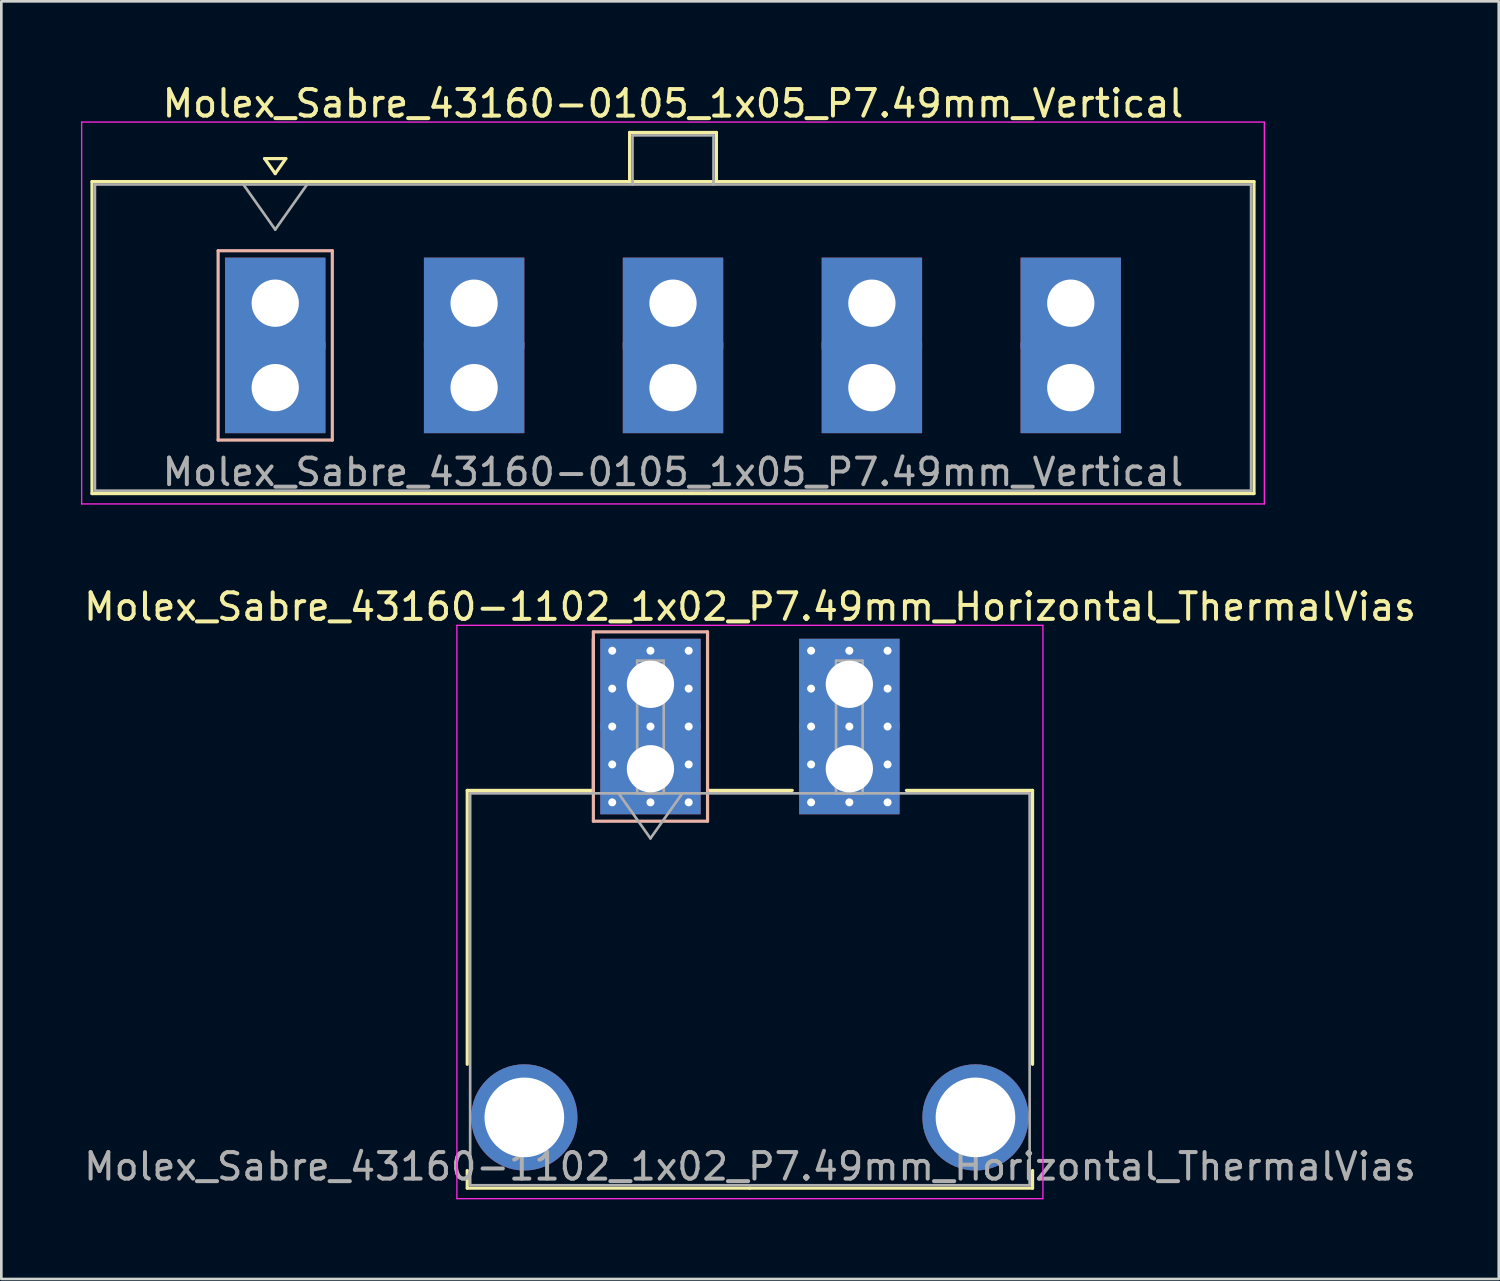
<source format=kicad_pcb>
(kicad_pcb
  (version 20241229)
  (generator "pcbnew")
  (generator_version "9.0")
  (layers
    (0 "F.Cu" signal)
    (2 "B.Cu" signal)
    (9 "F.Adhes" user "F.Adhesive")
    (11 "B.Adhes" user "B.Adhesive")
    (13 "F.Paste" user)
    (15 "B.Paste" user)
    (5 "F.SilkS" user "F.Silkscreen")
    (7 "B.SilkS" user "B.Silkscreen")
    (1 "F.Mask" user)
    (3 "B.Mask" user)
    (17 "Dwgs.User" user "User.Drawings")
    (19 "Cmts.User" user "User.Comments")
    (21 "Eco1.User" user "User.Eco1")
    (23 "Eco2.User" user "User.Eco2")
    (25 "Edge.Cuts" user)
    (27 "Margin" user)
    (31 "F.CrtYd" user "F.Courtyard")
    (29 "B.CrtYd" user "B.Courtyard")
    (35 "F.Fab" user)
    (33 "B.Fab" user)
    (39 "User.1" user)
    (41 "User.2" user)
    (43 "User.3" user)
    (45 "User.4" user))
  (footprint "Molex_Sabre_43160-0105_1x05_P7.49mm_Vertical"
    (layer "F.Cu")
    (at 7.315 11.548)
    (property "Reference" "Molex_Sabre_43160-0105_1x05_P7.49mm_Vertical" (at 14.98 -10.7 0) (layer "F.SilkS") (effects (font (size 1 1) (thickness 0.15))))
    (attr through_hole)
    (fp_line (start -6.9 -7.76) (end -6.9 3.99) (stroke (width 0.12) (type solid)) (layer "F.SilkS"))
    (fp_line (start -6.9 3.99) (end 36.86 3.99) (stroke (width 0.12) (type solid)) (layer "F.SilkS"))
    (fp_line (start -0.4 -8.626) (end 0 -8.06) (stroke (width 0.12) (type solid)) (layer "F.SilkS"))
    (fp_line (start 0 -8.06) (end 0.4 -8.626) (stroke (width 0.12) (type solid)) (layer "F.SilkS"))
    (fp_line (start 0.4 -8.626) (end -0.4 -8.626) (stroke (width 0.12) (type solid)) (layer "F.SilkS"))
    (fp_line (start 13.345 -9.61) (end 16.615 -9.61) (stroke (width 0.12) (type solid)) (layer "F.SilkS"))
    (fp_line (start 13.345 -7.76) (end 13.345 -9.61) (stroke (width 0.12) (type solid)) (layer "F.SilkS"))
    (fp_line (start 16.615 -9.61) (end 16.615 -7.76) (stroke (width 0.12) (type solid)) (layer "F.SilkS"))
    (fp_line (start 36.86 -7.76) (end -6.9 -7.76) (stroke (width 0.12) (type solid)) (layer "F.SilkS"))
    (fp_line (start 36.86 3.99) (end 36.86 -7.76) (stroke (width 0.12) (type solid)) (layer "F.SilkS"))
    (fp_line (start -2.15 -5.155) (end -2.15 1.975) (stroke (width 0.12) (type solid)) (layer "B.SilkS"))
    (fp_line (start -2.15 1.975) (end 2.15 1.975) (stroke (width 0.12) (type solid)) (layer "B.SilkS"))
    (fp_line (start 2.15 -5.155) (end -2.15 -5.155) (stroke (width 0.12) (type solid)) (layer "B.SilkS"))
    (fp_line (start 2.15 1.975) (end 2.15 -5.155) (stroke (width 0.12) (type solid)) (layer "B.SilkS"))
    (fp_line (start -7.29 -10) (end -7.29 4.38) (stroke (width 0.05) (type solid)) (layer "F.CrtYd"))
    (fp_line (start -7.29 4.38) (end 37.25 4.38) (stroke (width 0.05) (type solid)) (layer "F.CrtYd"))
    (fp_line (start 37.25 -10) (end -7.29 -10) (stroke (width 0.05) (type solid)) (layer "F.CrtYd"))
    (fp_line (start 37.25 4.38) (end 37.25 -10) (stroke (width 0.05) (type solid)) (layer "F.CrtYd"))
    (fp_line (start -6.79 -7.65) (end -6.79 3.88) (stroke (width 0.1) (type solid)) (layer "F.Fab"))
    (fp_line (start -6.79 3.88) (end 36.75 3.88) (stroke (width 0.1) (type solid)) (layer "F.Fab"))
    (fp_line (start -1.2 -7.65) (end 0 -5.953) (stroke (width 0.1) (type solid)) (layer "F.Fab"))
    (fp_line (start 0 -5.953) (end 1.2 -7.65) (stroke (width 0.1) (type solid)) (layer "F.Fab"))
    (fp_line (start 13.455 -9.5) (end 16.505 -9.5) (stroke (width 0.1) (type solid)) (layer "F.Fab"))
    (fp_line (start 13.455 -7.65) (end 13.455 -9.5) (stroke (width 0.1) (type solid)) (layer "F.Fab"))
    (fp_line (start 16.505 -9.5) (end 16.505 -7.65) (stroke (width 0.1) (type solid)) (layer "F.Fab"))
    (fp_line (start 36.75 -7.65) (end -6.79 -7.65) (stroke (width 0.1) (type solid)) (layer "F.Fab"))
    (fp_line (start 36.75 3.88) (end 36.75 -7.65) (stroke (width 0.1) (type solid)) (layer "F.Fab"))
    (fp_text user "${REFERENCE}" (at 14.98 3.18 0) (layer "F.Fab") (effects (font (size 1 1) (thickness 0.15))))
    (pad "1" thru_hole rect (at 0 -3.18) (size 3.78 3.43) (drill 1.78) (layers "*.Cu" "*.Mask"))
    (pad "1" thru_hole rect (at 0 0) (size 3.78 3.43) (drill 1.78) (layers "*.Cu" "*.Mask"))
    (pad "2" thru_hole rect (at 7.49 -3.18) (size 3.78 3.43) (drill 1.78) (layers "*.Cu" "*.Mask"))
    (pad "2" thru_hole rect (at 7.49 0) (size 3.78 3.43) (drill 1.78) (layers "*.Cu" "*.Mask"))
    (pad "3" thru_hole rect (at 14.98 -3.18) (size 3.78 3.43) (drill 1.78) (layers "*.Cu" "*.Mask"))
    (pad "3" thru_hole rect (at 14.98 0) (size 3.78 3.43) (drill 1.78) (layers "*.Cu" "*.Mask"))
    (pad "4" thru_hole rect (at 22.47 -3.18) (size 3.78 3.43) (drill 1.78) (layers "*.Cu" "*.Mask"))
    (pad "4" thru_hole rect (at 22.47 0) (size 3.78 3.43) (drill 1.78) (layers "*.Cu" "*.Mask"))
    (pad "5" thru_hole rect (at 29.96 -3.18) (size 3.78 3.43) (drill 1.78) (layers "*.Cu" "*.Mask"))
    (pad "5" thru_hole rect (at 29.96 0) (size 3.78 3.43) (drill 1.78) (layers "*.Cu" "*.Mask")))
  (footprint "Molex_Sabre_43160-1102_1x02_P7.49mm_Horizontal_ThermalVias"
    (layer "F.Cu")
    (at 21.446 25.901)
    (property "Reference" "Molex_Sabre_43160-1102_1x02_P7.49mm_Horizontal_ThermalVias" (at 3.75 -6.1 0) (layer "F.SilkS") (effects (font (size 1 1) (thickness 0.15))))
    (attr through_hole)
    (fp_line (start -6.9 0.815) (end -6.9 11.13) (stroke (width 0.12) (type solid)) (layer "F.SilkS"))
    (fp_line (start -6.9 15.13) (end -6.9 15.795) (stroke (width 0.12) (type solid)) (layer "F.SilkS"))
    (fp_line (start -6.9 15.795) (end 3.745 15.795) (stroke (width 0.12) (type solid)) (layer "F.SilkS"))
    (fp_line (start -2.15 0.815) (end -6.9 0.815) (stroke (width 0.12) (type solid)) (layer "F.SilkS"))
    (fp_line (start -2.15 0.815) (end -2.15 -4.895) (stroke (width 0.12) (type solid)) (layer "F.SilkS"))
    (fp_line (start 2.15 0.815) (end 5.34 0.815) (stroke (width 0.12) (type solid)) (layer "F.SilkS"))
    (fp_line (start 9.64 0.815) (end 14.39 0.815) (stroke (width 0.12) (type solid)) (layer "F.SilkS"))
    (fp_line (start 14.39 0.815) (end 14.39 11.13) (stroke (width 0.12) (type solid)) (layer "F.SilkS"))
    (fp_line (start 14.39 15.13) (end 14.39 15.795) (stroke (width 0.12) (type solid)) (layer "F.SilkS"))
    (fp_line (start 14.39 15.795) (end 3.745 15.795) (stroke (width 0.12) (type solid)) (layer "F.SilkS"))
    (fp_line (start -2.15 -5.155) (end -2.15 1.975) (stroke (width 0.12) (type solid)) (layer "B.SilkS"))
    (fp_line (start -2.15 1.975) (end 2.15 1.975) (stroke (width 0.12) (type solid)) (layer "B.SilkS"))
    (fp_line (start 2.15 -5.155) (end -2.15 -5.155) (stroke (width 0.12) (type solid)) (layer "B.SilkS"))
    (fp_line (start 2.15 1.975) (end 2.15 -5.155) (stroke (width 0.12) (type solid)) (layer "B.SilkS"))
    (fp_line (start -7.29 -5.4) (end -7.29 16.19) (stroke (width 0.05) (type solid)) (layer "F.CrtYd"))
    (fp_line (start -7.29 16.19) (end 14.78 16.19) (stroke (width 0.05) (type solid)) (layer "F.CrtYd"))
    (fp_line (start 14.78 -5.4) (end -7.29 -5.4) (stroke (width 0.05) (type solid)) (layer "F.CrtYd"))
    (fp_line (start 14.78 16.19) (end 14.78 -5.4) (stroke (width 0.05) (type solid)) (layer "F.CrtYd"))
    (fp_line (start -6.79 0.925) (end -6.79 15.685) (stroke (width 0.1) (type solid)) (layer "F.Fab"))
    (fp_line (start -6.79 15.685) (end 14.28 15.685) (stroke (width 0.1) (type solid)) (layer "F.Fab"))
    (fp_line (start -1.2 0.925) (end 0 2.622) (stroke (width 0.1) (type solid)) (layer "F.Fab"))
    (fp_line (start -0.5 -4.07) (end 0.5 -4.07) (stroke (width 0.1) (type solid)) (layer "F.Fab"))
    (fp_line (start -0.5 0.925) (end -0.5 -4.07) (stroke (width 0.1) (type solid)) (layer "F.Fab"))
    (fp_line (start 0 2.622) (end 1.2 0.925) (stroke (width 0.1) (type solid)) (layer "F.Fab"))
    (fp_line (start 0.5 -4.07) (end 0.5 0.925) (stroke (width 0.1) (type solid)) (layer "F.Fab"))
    (fp_line (start 0.5 0.925) (end -0.5 0.925) (stroke (width 0.1) (type solid)) (layer "F.Fab"))
    (fp_line (start 6.99 -4.07) (end 7.99 -4.07) (stroke (width 0.1) (type solid)) (layer "F.Fab"))
    (fp_line (start 6.99 0.925) (end 6.99 -4.07) (stroke (width 0.1) (type solid)) (layer "F.Fab"))
    (fp_line (start 7.99 -4.07) (end 7.99 0.925) (stroke (width 0.1) (type solid)) (layer "F.Fab"))
    (fp_line (start 7.99 0.925) (end 6.99 0.925) (stroke (width 0.1) (type solid)) (layer "F.Fab"))
    (fp_line (start 14.28 0.925) (end -6.79 0.925) (stroke (width 0.1) (type solid)) (layer "F.Fab"))
    (fp_line (start 14.28 15.685) (end 14.28 0.925) (stroke (width 0.1) (type solid)) (layer "F.Fab"))
    (fp_text user "${REFERENCE}" (at 3.75 14.98 0) (layer "F.Fab") (effects (font (size 1 1) (thickness 0.15))))
    (pad "" thru_hole circle (at -4.75 13.13) (size 4 4) (drill 3) (layers "*.Cu" "*.Mask"))
    (pad "" thru_hole circle (at 12.24 13.13) (size 4 4) (drill 3) (layers "*.Cu" "*.Mask"))
    (pad "1" thru_hole rect (at -1.44 -4.445) (size 0.6 0.6) (drill 0.3) (layers "*.Cu" "*.Mask"))
    (pad "1" thru_hole rect (at -1.44 -3.018) (size 0.6 0.6) (drill 0.3) (layers "*.Cu" "*.Mask"))
    (pad "1" thru_hole rect (at -1.44 -1.59) (size 0.6 0.6) (drill 0.3) (layers "*.Cu" "*.Mask"))
    (pad "1" thru_hole rect (at -1.44 -0.163) (size 0.6 0.6) (drill 0.3) (layers "*.Cu" "*.Mask"))
    (pad "1" thru_hole rect (at -1.44 1.265) (size 0.6 0.6) (drill 0.3) (layers "*.Cu" "*.Mask"))
    (pad "1" thru_hole rect (at 0 -4.445) (size 0.6 0.6) (drill 0.3) (layers "*.Cu" "*.Mask"))
    (pad "1" thru_hole rect (at 0 -3.18) (size 3.78 3.43) (drill 1.78) (layers "*.Cu" "*.Mask"))
    (pad "1" thru_hole rect (at 0 -1.59) (size 0.6 0.6) (drill 0.3) (layers "*.Cu" "*.Mask"))
    (pad "1" thru_hole rect (at 0 0) (size 3.78 3.43) (drill 1.78) (layers "*.Cu" "*.Mask"))
    (pad "1" thru_hole rect (at 0 1.265) (size 0.6 0.6) (drill 0.3) (layers "*.Cu" "*.Mask"))
    (pad "1" thru_hole rect (at 1.44 -4.445) (size 0.6 0.6) (drill 0.3) (layers "*.Cu" "*.Mask"))
    (pad "1" thru_hole rect (at 1.44 -3.018) (size 0.6 0.6) (drill 0.3) (layers "*.Cu" "*.Mask"))
    (pad "1" thru_hole rect (at 1.44 -1.59) (size 0.6 0.6) (drill 0.3) (layers "*.Cu" "*.Mask"))
    (pad "1" thru_hole rect (at 1.44 -0.163) (size 0.6 0.6) (drill 0.3) (layers "*.Cu" "*.Mask"))
    (pad "1" thru_hole rect (at 1.44 1.265) (size 0.6 0.6) (drill 0.3) (layers "*.Cu" "*.Mask"))
    (pad "2" thru_hole circle (at 6.05 -4.445) (size 0.6 0.6) (drill 0.3) (layers "*.Cu" "*.Mask"))
    (pad "2" thru_hole circle (at 6.05 -3.018) (size 0.6 0.6) (drill 0.3) (layers "*.Cu" "*.Mask"))
    (pad "2" thru_hole circle (at 6.05 -1.59) (size 0.6 0.6) (drill 0.3) (layers "*.Cu" "*.Mask"))
    (pad "2" thru_hole circle (at 6.05 -0.163) (size 0.6 0.6) (drill 0.3) (layers "*.Cu" "*.Mask"))
    (pad "2" thru_hole circle (at 6.05 1.265) (size 0.6 0.6) (drill 0.3) (layers "*.Cu" "*.Mask"))
    (pad "2" thru_hole circle (at 7.49 -4.445) (size 0.6 0.6) (drill 0.3) (layers "*.Cu" "*.Mask"))
    (pad "2" thru_hole rect (at 7.49 -3.18) (size 3.78 3.43) (drill 1.78) (layers "*.Cu" "*.Mask"))
    (pad "2" thru_hole circle (at 7.49 -1.59) (size 0.6 0.6) (drill 0.3) (layers "*.Cu" "*.Mask"))
    (pad "2" thru_hole rect (at 7.49 0) (size 3.78 3.43) (drill 1.78) (layers "*.Cu" "*.Mask"))
    (pad "2" thru_hole circle (at 7.49 1.265) (size 0.6 0.6) (drill 0.3) (layers "*.Cu" "*.Mask"))
    (pad "2" thru_hole circle (at 8.93 -4.445) (size 0.6 0.6) (drill 0.3) (layers "*.Cu" "*.Mask"))
    (pad "2" thru_hole circle (at 8.93 -3.018) (size 0.6 0.6) (drill 0.3) (layers "*.Cu" "*.Mask"))
    (pad "2" thru_hole circle (at 8.93 -1.59) (size 0.6 0.6) (drill 0.3) (layers "*.Cu" "*.Mask"))
    (pad "2" thru_hole circle (at 8.93 -0.163) (size 0.6 0.6) (drill 0.3) (layers "*.Cu" "*.Mask"))
    (pad "2" thru_hole circle (at 8.93 1.265) (size 0.6 0.6) (drill 0.3) (layers "*.Cu" "*.Mask")))
  (gr_rect
    (start -3 -3)
    (end 53.393 45.117)
    (stroke (width 0.1) (type default))
    (fill no)
    (layer "Edge.Cuts")))
</source>
